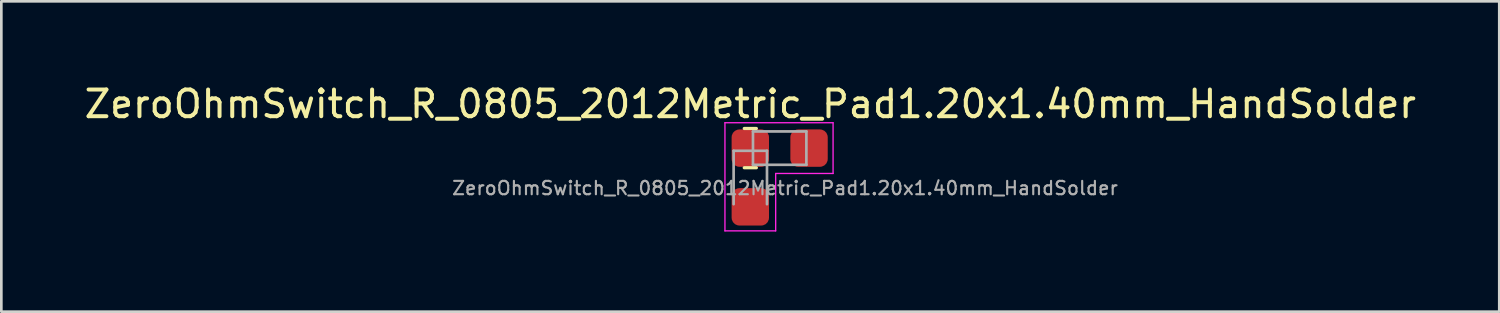
<source format=kicad_pcb>
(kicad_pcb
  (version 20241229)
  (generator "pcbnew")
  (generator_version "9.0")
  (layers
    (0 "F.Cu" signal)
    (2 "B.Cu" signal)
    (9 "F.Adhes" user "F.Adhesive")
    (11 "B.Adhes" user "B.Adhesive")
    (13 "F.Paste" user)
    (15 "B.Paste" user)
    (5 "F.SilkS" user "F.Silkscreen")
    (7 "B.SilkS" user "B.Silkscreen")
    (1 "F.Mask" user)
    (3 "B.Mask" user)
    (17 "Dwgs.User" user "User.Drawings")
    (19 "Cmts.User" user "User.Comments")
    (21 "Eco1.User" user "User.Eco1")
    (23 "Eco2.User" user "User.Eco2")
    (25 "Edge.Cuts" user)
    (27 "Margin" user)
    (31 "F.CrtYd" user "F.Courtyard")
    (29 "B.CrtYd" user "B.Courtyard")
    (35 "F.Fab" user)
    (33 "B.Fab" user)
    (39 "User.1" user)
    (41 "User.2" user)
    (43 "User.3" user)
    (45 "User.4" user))
  (footprint "ZeroOhmSwitch_R_0805_2012Metric_Pad1.20x1.40mm_HandSolder"
    (layer "F.Cu")
    (at 25.054 2.498)
    (property "Reference" "ZeroOhmSwitch_R_0805_2012Metric_Pad1.20x1.40mm_HandSolder" (at 0 -1.65 0) (layer "F.SilkS") (effects (font (size 1 1) (thickness 0.15))))
    (attr smd)
    (fp_line (start -0.227 -0.735) (end 0.227 -0.735) (stroke (width 0.12) (type solid)) (layer "F.SilkS"))
    (fp_line (start -0.227 0.735) (end 0.227 0.735) (stroke (width 0.12) (type solid)) (layer "F.SilkS"))
    (fp_line (start -0.95 -0.95) (end -0.95 3.1) (stroke (width 0.05) (type solid)) (layer "F.CrtYd"))
    (fp_line (start -0.95 3.1) (end 0.95 3.1) (stroke (width 0.05) (type solid)) (layer "F.CrtYd"))
    (fp_line (start 0.95 0.95) (end 0.95 3.1) (stroke (width 0.05) (type solid)) (layer "F.CrtYd"))
    (fp_line (start 0.95 0.95) (end 3.1 0.95) (stroke (width 0.05) (type solid)) (layer "F.CrtYd"))
    (fp_line (start 3.1 -0.95) (end -0.95 -0.95) (stroke (width 0.05) (type solid)) (layer "F.CrtYd"))
    (fp_line (start 3.1 0.95) (end 3.1 -0.95) (stroke (width 0.05) (type solid)) (layer "F.CrtYd"))
    (fp_line (start -0.625 0.1) (end -0.625 2.1) (stroke (width 0.1) (type solid)) (layer "F.Fab"))
    (fp_line (start 0.1 -0.625) (end 0.1 0.625) (stroke (width 0.1) (type solid)) (layer "F.Fab"))
    (fp_line (start 0.1 0.625) (end 2.1 0.625) (stroke (width 0.1) (type solid)) (layer "F.Fab"))
    (fp_line (start 0.625 0.1) (end -0.625 0.1) (stroke (width 0.1) (type solid)) (layer "F.Fab"))
    (fp_line (start 0.625 2.1) (end 0.625 0.1) (stroke (width 0.1) (type solid)) (layer "F.Fab"))
    (fp_line (start 2.1 -0.625) (end 0.1 -0.625) (stroke (width 0.1) (type solid)) (layer "F.Fab"))
    (fp_line (start 2.1 0.625) (end 2.1 -0.625) (stroke (width 0.1) (type solid)) (layer "F.Fab"))
    (fp_text user "${REFERENCE}" (at 1.3 1.5 0) (layer "F.Fab") (effects (font (size 0.5 0.5) (thickness 0.08))))
    (pad "1" smd roundrect (at 0 0 270) (size 1.4 1.4) (layers "F.Cu" "F.Mask" "F.Paste") (roundrect_rratio 0.208))
    (pad "2" smd roundrect (at 2.2 0) (size 1.4 1.4) (layers "F.Cu" "F.Mask" "F.Paste") (roundrect_rratio 0.208))
    (pad "3" smd roundrect (at 0 2.2 270) (size 1.4 1.4) (layers "F.Cu" "F.Mask" "F.Paste") (roundrect_rratio 0.208)))
  (gr_rect
    (start -3 -3)
    (end 53.107 8.623)
    (stroke (width 0.1) (type default))
    (fill no)
    (layer "Edge.Cuts")))
</source>
